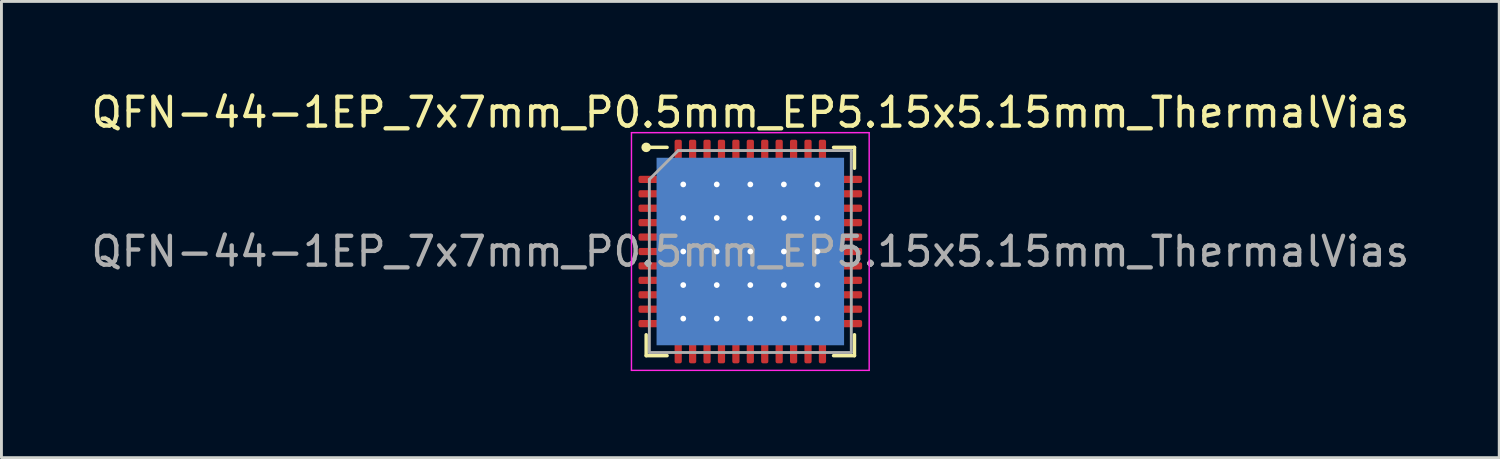
<source format=kicad_pcb>
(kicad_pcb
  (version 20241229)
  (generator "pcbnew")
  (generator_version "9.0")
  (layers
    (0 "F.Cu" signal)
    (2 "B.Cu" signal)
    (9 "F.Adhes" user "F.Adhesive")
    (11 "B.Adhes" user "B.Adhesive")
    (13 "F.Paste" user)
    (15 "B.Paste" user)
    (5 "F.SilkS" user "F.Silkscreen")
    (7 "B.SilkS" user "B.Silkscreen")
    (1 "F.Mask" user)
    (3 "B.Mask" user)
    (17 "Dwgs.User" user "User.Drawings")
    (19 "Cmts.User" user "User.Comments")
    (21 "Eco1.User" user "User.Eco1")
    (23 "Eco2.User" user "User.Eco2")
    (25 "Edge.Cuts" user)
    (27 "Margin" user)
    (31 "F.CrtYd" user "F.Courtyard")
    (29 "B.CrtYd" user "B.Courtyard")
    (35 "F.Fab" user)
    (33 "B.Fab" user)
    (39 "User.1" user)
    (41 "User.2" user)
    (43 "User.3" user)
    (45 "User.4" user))
  (footprint "QFN-44-1EP_7x7mm_P0.5mm_EP5.15x5.15mm_ThermalVias"
    (layer "F.Cu")
    (at 22.958 5.668)
    (property "Reference" "QFN-44-1EP_7x7mm_P0.5mm_EP5.15x5.15mm_ThermalVias" (at 0 -4.82 0) (layer "F.SilkS") (effects (font (size 1 1) (thickness 0.15))))
    (attr smd)
    (fp_line (start -3.61 3.61) (end -3.61 2.885) (stroke (width 0.12) (type solid)) (layer "F.SilkS"))
    (fp_line (start -2.885 -3.61) (end -3.61 -3.61) (stroke (width 0.12) (type solid)) (layer "F.SilkS"))
    (fp_line (start -2.885 3.61) (end -3.61 3.61) (stroke (width 0.12) (type solid)) (layer "F.SilkS"))
    (fp_line (start 2.885 -3.61) (end 3.61 -3.61) (stroke (width 0.12) (type solid)) (layer "F.SilkS"))
    (fp_line (start 2.885 3.61) (end 3.61 3.61) (stroke (width 0.12) (type solid)) (layer "F.SilkS"))
    (fp_line (start 3.61 -3.61) (end 3.61 -2.885) (stroke (width 0.12) (type solid)) (layer "F.SilkS"))
    (fp_line (start 3.61 3.61) (end 3.61 2.885) (stroke (width 0.12) (type solid)) (layer "F.SilkS"))
    (fp_circle (center -3.619 -3.619) (end -3.61 -3.61) (stroke (width 0.12) (type solid)) (fill no) (layer "F.SilkS"))
    (fp_circle (center -3.61 -3.61) (end -3.708 -3.569) (stroke (width 0.12) (type solid)) (fill no) (layer "F.SilkS"))
    (fp_line (start -4.12 -4.12) (end -4.12 4.12) (stroke (width 0.05) (type solid)) (layer "F.CrtYd"))
    (fp_line (start -4.12 4.12) (end 4.12 4.12) (stroke (width 0.05) (type solid)) (layer "F.CrtYd"))
    (fp_line (start 4.12 -4.12) (end -4.12 -4.12) (stroke (width 0.05) (type solid)) (layer "F.CrtYd"))
    (fp_line (start 4.12 4.12) (end 4.12 -4.12) (stroke (width 0.05) (type solid)) (layer "F.CrtYd"))
    (fp_line (start -3.5 -2.5) (end -2.5 -3.5) (stroke (width 0.1) (type solid)) (layer "F.Fab"))
    (fp_line (start -3.5 3.5) (end -3.5 -2.5) (stroke (width 0.1) (type solid)) (layer "F.Fab"))
    (fp_line (start -2.5 -3.5) (end 3.5 -3.5) (stroke (width 0.1) (type solid)) (layer "F.Fab"))
    (fp_line (start 3.5 -3.5) (end 3.5 3.5) (stroke (width 0.1) (type solid)) (layer "F.Fab"))
    (fp_line (start 3.5 3.5) (end -3.5 3.5) (stroke (width 0.1) (type solid)) (layer "F.Fab"))
    (fp_text user "${REFERENCE}" (at 0 0 0) (layer "F.Fab") (effects (font (size 1 1) (thickness 0.15))))
    (pad "" smd roundrect (at -1.744 -1.744) (size 0.997 0.997) (layers "F.Paste") (roundrect_rratio 0.25))
    (pad "" smd roundrect (at -1.744 -0.581) (size 0.997 0.997) (layers "F.Paste") (roundrect_rratio 0.25))
    (pad "" smd roundrect (at -1.744 0.581) (size 0.997 0.997) (layers "F.Paste") (roundrect_rratio 0.25))
    (pad "" smd roundrect (at -1.744 1.744) (size 0.997 0.997) (layers "F.Paste") (roundrect_rratio 0.25))
    (pad "" smd roundrect (at -0.581 -1.744) (size 0.997 0.997) (layers "F.Paste") (roundrect_rratio 0.25))
    (pad "" smd roundrect (at -0.581 -0.581) (size 0.997 0.997) (layers "F.Paste") (roundrect_rratio 0.25))
    (pad "" smd roundrect (at -0.581 0.581) (size 0.997 0.997) (layers "F.Paste") (roundrect_rratio 0.25))
    (pad "" smd roundrect (at -0.581 1.744) (size 0.997 0.997) (layers "F.Paste") (roundrect_rratio 0.25))
    (pad "" smd roundrect (at 0.581 -1.744) (size 0.997 0.997) (layers "F.Paste") (roundrect_rratio 0.25))
    (pad "" smd roundrect (at 0.581 -0.581) (size 0.997 0.997) (layers "F.Paste") (roundrect_rratio 0.25))
    (pad "" smd roundrect (at 0.581 0.581) (size 0.997 0.997) (layers "F.Paste") (roundrect_rratio 0.25))
    (pad "" smd roundrect (at 0.581 1.744) (size 0.997 0.997) (layers "F.Paste") (roundrect_rratio 0.25))
    (pad "" smd roundrect (at 1.744 -1.744) (size 0.997 0.997) (layers "F.Paste") (roundrect_rratio 0.25))
    (pad "" smd roundrect (at 1.744 -0.581) (size 0.997 0.997) (layers "F.Paste") (roundrect_rratio 0.25))
    (pad "" smd roundrect (at 1.744 0.581) (size 0.997 0.997) (layers "F.Paste") (roundrect_rratio 0.25))
    (pad "" smd roundrect (at 1.744 1.744) (size 0.997 0.997) (layers "F.Paste") (roundrect_rratio 0.25))
    (pad "1" smd roundrect (at -3.438 -2.5) (size 0.875 0.25) (layers "F.Cu" "F.Mask" "F.Paste") (roundrect_rratio 0.25))
    (pad "2" smd roundrect (at -3.438 -2) (size 0.875 0.25) (layers "F.Cu" "F.Mask" "F.Paste") (roundrect_rratio 0.25))
    (pad "3" smd roundrect (at -3.438 -1.5) (size 0.875 0.25) (layers "F.Cu" "F.Mask" "F.Paste") (roundrect_rratio 0.25))
    (pad "4" smd roundrect (at -3.438 -1) (size 0.875 0.25) (layers "F.Cu" "F.Mask" "F.Paste") (roundrect_rratio 0.25))
    (pad "5" smd roundrect (at -3.438 -0.5) (size 0.875 0.25) (layers "F.Cu" "F.Mask" "F.Paste") (roundrect_rratio 0.25))
    (pad "6" smd roundrect (at -3.438 0) (size 0.875 0.25) (layers "F.Cu" "F.Mask" "F.Paste") (roundrect_rratio 0.25))
    (pad "7" smd roundrect (at -3.438 0.5) (size 0.875 0.25) (layers "F.Cu" "F.Mask" "F.Paste") (roundrect_rratio 0.25))
    (pad "8" smd roundrect (at -3.438 1) (size 0.875 0.25) (layers "F.Cu" "F.Mask" "F.Paste") (roundrect_rratio 0.25))
    (pad "9" smd roundrect (at -3.438 1.5) (size 0.875 0.25) (layers "F.Cu" "F.Mask" "F.Paste") (roundrect_rratio 0.25))
    (pad "10" smd roundrect (at -3.438 2) (size 0.875 0.25) (layers "F.Cu" "F.Mask" "F.Paste") (roundrect_rratio 0.25))
    (pad "11" smd roundrect (at -3.438 2.5) (size 0.875 0.25) (layers "F.Cu" "F.Mask" "F.Paste") (roundrect_rratio 0.25))
    (pad "12" smd roundrect (at -2.5 3.438) (size 0.25 0.875) (layers "F.Cu" "F.Mask" "F.Paste") (roundrect_rratio 0.25))
    (pad "13" smd roundrect (at -2 3.438) (size 0.25 0.875) (layers "F.Cu" "F.Mask" "F.Paste") (roundrect_rratio 0.25))
    (pad "14" smd roundrect (at -1.5 3.438) (size 0.25 0.875) (layers "F.Cu" "F.Mask" "F.Paste") (roundrect_rratio 0.25))
    (pad "15" smd roundrect (at -1 3.438) (size 0.25 0.875) (layers "F.Cu" "F.Mask" "F.Paste") (roundrect_rratio 0.25))
    (pad "16" smd roundrect (at -0.5 3.438) (size 0.25 0.875) (layers "F.Cu" "F.Mask" "F.Paste") (roundrect_rratio 0.25))
    (pad "17" smd roundrect (at 0 3.438) (size 0.25 0.875) (layers "F.Cu" "F.Mask" "F.Paste") (roundrect_rratio 0.25))
    (pad "18" smd roundrect (at 0.5 3.438) (size 0.25 0.875) (layers "F.Cu" "F.Mask" "F.Paste") (roundrect_rratio 0.25))
    (pad "19" smd roundrect (at 1 3.438) (size 0.25 0.875) (layers "F.Cu" "F.Mask" "F.Paste") (roundrect_rratio 0.25))
    (pad "20" smd roundrect (at 1.5 3.438) (size 0.25 0.875) (layers "F.Cu" "F.Mask" "F.Paste") (roundrect_rratio 0.25))
    (pad "21" smd roundrect (at 2 3.438) (size 0.25 0.875) (layers "F.Cu" "F.Mask" "F.Paste") (roundrect_rratio 0.25))
    (pad "22" smd roundrect (at 2.5 3.438) (size 0.25 0.875) (layers "F.Cu" "F.Mask" "F.Paste") (roundrect_rratio 0.25))
    (pad "23" smd roundrect (at 3.438 2.5) (size 0.875 0.25) (layers "F.Cu" "F.Mask" "F.Paste") (roundrect_rratio 0.25))
    (pad "24" smd roundrect (at 3.438 2) (size 0.875 0.25) (layers "F.Cu" "F.Mask" "F.Paste") (roundrect_rratio 0.25))
    (pad "25" smd roundrect (at 3.438 1.5) (size 0.875 0.25) (layers "F.Cu" "F.Mask" "F.Paste") (roundrect_rratio 0.25))
    (pad "26" smd roundrect (at 3.438 1) (size 0.875 0.25) (layers "F.Cu" "F.Mask" "F.Paste") (roundrect_rratio 0.25))
    (pad "27" smd roundrect (at 3.438 0.5) (size 0.875 0.25) (layers "F.Cu" "F.Mask" "F.Paste") (roundrect_rratio 0.25))
    (pad "28" smd roundrect (at 3.438 0) (size 0.875 0.25) (layers "F.Cu" "F.Mask" "F.Paste") (roundrect_rratio 0.25))
    (pad "29" smd roundrect (at 3.438 -0.5) (size 0.875 0.25) (layers "F.Cu" "F.Mask" "F.Paste") (roundrect_rratio 0.25))
    (pad "30" smd roundrect (at 3.438 -1) (size 0.875 0.25) (layers "F.Cu" "F.Mask" "F.Paste") (roundrect_rratio 0.25))
    (pad "31" smd roundrect (at 3.438 -1.5) (size 0.875 0.25) (layers "F.Cu" "F.Mask" "F.Paste") (roundrect_rratio 0.25))
    (pad "32" smd roundrect (at 3.438 -2) (size 0.875 0.25) (layers "F.Cu" "F.Mask" "F.Paste") (roundrect_rratio 0.25))
    (pad "33" smd roundrect (at 3.438 -2.5) (size 0.875 0.25) (layers "F.Cu" "F.Mask" "F.Paste") (roundrect_rratio 0.25))
    (pad "34" smd roundrect (at 2.5 -3.438) (size 0.25 0.875) (layers "F.Cu" "F.Mask" "F.Paste") (roundrect_rratio 0.25))
    (pad "35" smd roundrect (at 2 -3.438) (size 0.25 0.875) (layers "F.Cu" "F.Mask" "F.Paste") (roundrect_rratio 0.25))
    (pad "36" smd roundrect (at 1.5 -3.438) (size 0.25 0.875) (layers "F.Cu" "F.Mask" "F.Paste") (roundrect_rratio 0.25))
    (pad "37" smd roundrect (at 1 -3.438) (size 0.25 0.875) (layers "F.Cu" "F.Mask" "F.Paste") (roundrect_rratio 0.25))
    (pad "38" smd roundrect (at 0.5 -3.438) (size 0.25 0.875) (layers "F.Cu" "F.Mask" "F.Paste") (roundrect_rratio 0.25))
    (pad "39" smd roundrect (at 0 -3.438) (size 0.25 0.875) (layers "F.Cu" "F.Mask" "F.Paste") (roundrect_rratio 0.25))
    (pad "40" smd roundrect (at -0.5 -3.438) (size 0.25 0.875) (layers "F.Cu" "F.Mask" "F.Paste") (roundrect_rratio 0.25))
    (pad "41" smd roundrect (at -1 -3.438) (size 0.25 0.875) (layers "F.Cu" "F.Mask" "F.Paste") (roundrect_rratio 0.25))
    (pad "42" smd roundrect (at -1.5 -3.438) (size 0.25 0.875) (layers "F.Cu" "F.Mask" "F.Paste") (roundrect_rratio 0.25))
    (pad "43" smd roundrect (at -2 -3.438) (size 0.25 0.875) (layers "F.Cu" "F.Mask" "F.Paste") (roundrect_rratio 0.25))
    (pad "44" smd roundrect (at -2.5 -3.438) (size 0.25 0.875) (layers "F.Cu" "F.Mask" "F.Paste") (roundrect_rratio 0.25))
    (pad "45" thru_hole circle (at -2.325 -2.325) (size 0.5 0.5) (drill 0.2) (layers "*.Cu"))
    (pad "45" thru_hole circle (at -2.325 -1.163) (size 0.5 0.5) (drill 0.2) (layers "*.Cu"))
    (pad "45" thru_hole circle (at -2.325 0) (size 0.5 0.5) (drill 0.2) (layers "*.Cu"))
    (pad "45" thru_hole circle (at -2.325 1.163) (size 0.5 0.5) (drill 0.2) (layers "*.Cu"))
    (pad "45" thru_hole circle (at -2.325 2.325) (size 0.5 0.5) (drill 0.2) (layers "*.Cu"))
    (pad "45" thru_hole circle (at -1.163 -2.325) (size 0.5 0.5) (drill 0.2) (layers "*.Cu"))
    (pad "45" thru_hole circle (at -1.163 -1.163) (size 0.5 0.5) (drill 0.2) (layers "*.Cu"))
    (pad "45" thru_hole circle (at -1.163 0) (size 0.5 0.5) (drill 0.2) (layers "*.Cu"))
    (pad "45" thru_hole circle (at -1.163 1.163) (size 0.5 0.5) (drill 0.2) (layers "*.Cu"))
    (pad "45" thru_hole circle (at -1.163 2.325) (size 0.5 0.5) (drill 0.2) (layers "*.Cu"))
    (pad "45" thru_hole circle (at 0 -2.325) (size 0.5 0.5) (drill 0.2) (layers "*.Cu"))
    (pad "45" thru_hole circle (at 0 -1.163) (size 0.5 0.5) (drill 0.2) (layers "*.Cu"))
    (pad "45" thru_hole circle (at 0 0) (size 0.5 0.5) (drill 0.2) (layers "*.Cu"))
    (pad "45" smd rect (at 0 0) (size 5.15 5.15) (layers "F.Cu" "F.Mask"))
    (pad "45" smd rect (at 0 0) (size 6.5 6.5) (layers "B.Cu"))
    (pad "45" thru_hole circle (at 0 1.163) (size 0.5 0.5) (drill 0.2) (layers "*.Cu"))
    (pad "45" thru_hole circle (at 0 2.325) (size 0.5 0.5) (drill 0.2) (layers "*.Cu"))
    (pad "45" thru_hole circle (at 1.163 -2.325) (size 0.5 0.5) (drill 0.2) (layers "*.Cu"))
    (pad "45" thru_hole circle (at 1.163 -1.163) (size 0.5 0.5) (drill 0.2) (layers "*.Cu"))
    (pad "45" thru_hole circle (at 1.163 0) (size 0.5 0.5) (drill 0.2) (layers "*.Cu"))
    (pad "45" thru_hole circle (at 1.163 1.163) (size 0.5 0.5) (drill 0.2) (layers "*.Cu"))
    (pad "45" thru_hole circle (at 1.163 2.325) (size 0.5 0.5) (drill 0.2) (layers "*.Cu"))
    (pad "45" thru_hole circle (at 2.325 -2.325) (size 0.5 0.5) (drill 0.2) (layers "*.Cu"))
    (pad "45" thru_hole circle (at 2.325 -1.163) (size 0.5 0.5) (drill 0.2) (layers "*.Cu"))
    (pad "45" thru_hole circle (at 2.325 0) (size 0.5 0.5) (drill 0.2) (layers "*.Cu"))
    (pad "45" thru_hole circle (at 2.325 1.163) (size 0.5 0.5) (drill 0.2) (layers "*.Cu"))
    (pad "45" thru_hole circle (at 2.325 2.325) (size 0.5 0.5) (drill 0.2) (layers "*.Cu")))
  (gr_rect
    (start -3 -3)
    (end 48.917 12.813)
    (stroke (width 0.1) (type default))
    (fill no)
    (layer "Edge.Cuts")))
</source>
